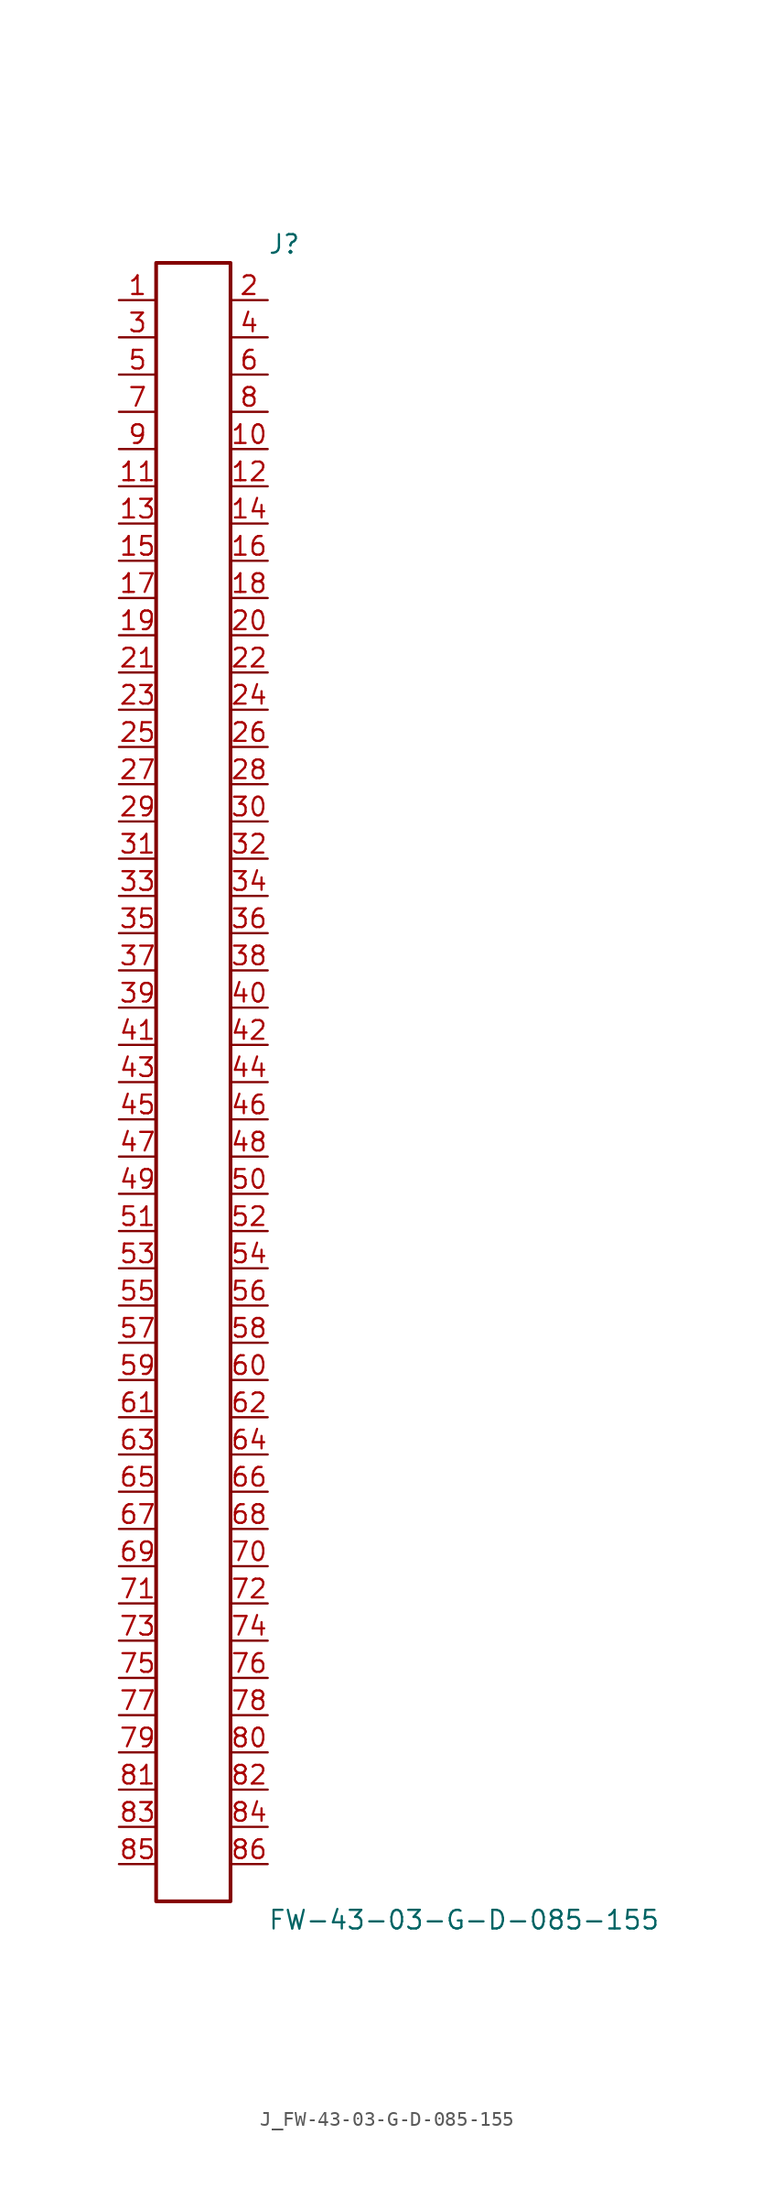
<source format=kicad_sym>
(kicad_symbol_lib
  (version 20231120)
  (generator kicad_symbol_editor)
  (generator_version 8.0)
  (symbol "J_FW-43-03-G-D-085-155"
    (pin_names
      (offset 0.254))
    (property "Reference" "J"
      (at 5.08 57.15 0)
      (effects (font (size 1.27 1.27)) (justify left)))
    (property "Value" "FW-43-03-G-D-085-155"
      (at 5.08 -57.15 0)
      (effects (font (size 1.27 1.27)) (justify left)))
    (symbol "J_FW-43-03-G-D-085-155_0_0"
      (pin unspecified line (at -5.08 53.34 0) (length 2.54) (name "" (effects (font (size 1.27 1.27)))) (number "1" (effects (font (size 1.27 1.27)))))
      (pin unspecified line (at 5.08 53.34 180) (length 2.54) (name "" (effects (font (size 1.27 1.27)))) (number "2" (effects (font (size 1.27 1.27)))))
      (pin unspecified line (at -5.08 50.8 0) (length 2.54) (name "" (effects (font (size 1.27 1.27)))) (number "3" (effects (font (size 1.27 1.27)))))
      (pin unspecified line (at 5.08 50.8 180) (length 2.54) (name "" (effects (font (size 1.27 1.27)))) (number "4" (effects (font (size 1.27 1.27)))))
      (pin unspecified line (at -5.08 48.26 0) (length 2.54) (name "" (effects (font (size 1.27 1.27)))) (number "5" (effects (font (size 1.27 1.27)))))
      (pin unspecified line (at 5.08 48.26 180) (length 2.54) (name "" (effects (font (size 1.27 1.27)))) (number "6" (effects (font (size 1.27 1.27)))))
      (pin unspecified line (at -5.08 45.72 0) (length 2.54) (name "" (effects (font (size 1.27 1.27)))) (number "7" (effects (font (size 1.27 1.27)))))
      (pin unspecified line (at 5.08 45.72 180) (length 2.54) (name "" (effects (font (size 1.27 1.27)))) (number "8" (effects (font (size 1.27 1.27)))))
      (pin unspecified line (at -5.08 43.18 0) (length 2.54) (name "" (effects (font (size 1.27 1.27)))) (number "9" (effects (font (size 1.27 1.27)))))
      (pin unspecified line (at 5.08 43.18 180) (length 2.54) (name "" (effects (font (size 1.27 1.27)))) (number "10" (effects (font (size 1.27 1.27)))))
      (pin unspecified line (at -5.08 40.64 0) (length 2.54) (name "" (effects (font (size 1.27 1.27)))) (number "11" (effects (font (size 1.27 1.27)))))
      (pin unspecified line (at 5.08 40.64 180) (length 2.54) (name "" (effects (font (size 1.27 1.27)))) (number "12" (effects (font (size 1.27 1.27)))))
      (pin unspecified line (at -5.08 38.1 0) (length 2.54) (name "" (effects (font (size 1.27 1.27)))) (number "13" (effects (font (size 1.27 1.27)))))
      (pin unspecified line (at 5.08 38.1 180) (length 2.54) (name "" (effects (font (size 1.27 1.27)))) (number "14" (effects (font (size 1.27 1.27)))))
      (pin unspecified line (at -5.08 35.56 0) (length 2.54) (name "" (effects (font (size 1.27 1.27)))) (number "15" (effects (font (size 1.27 1.27)))))
      (pin unspecified line (at 5.08 35.56 180) (length 2.54) (name "" (effects (font (size 1.27 1.27)))) (number "16" (effects (font (size 1.27 1.27)))))
      (pin unspecified line (at -5.08 33.02 0) (length 2.54) (name "" (effects (font (size 1.27 1.27)))) (number "17" (effects (font (size 1.27 1.27)))))
      (pin unspecified line (at 5.08 33.02 180) (length 2.54) (name "" (effects (font (size 1.27 1.27)))) (number "18" (effects (font (size 1.27 1.27)))))
      (pin unspecified line (at -5.08 30.48 0) (length 2.54) (name "" (effects (font (size 1.27 1.27)))) (number "19" (effects (font (size 1.27 1.27)))))
      (pin unspecified line (at 5.08 30.48 180) (length 2.54) (name "" (effects (font (size 1.27 1.27)))) (number "20" (effects (font (size 1.27 1.27)))))
      (pin unspecified line (at -5.08 27.94 0) (length 2.54) (name "" (effects (font (size 1.27 1.27)))) (number "21" (effects (font (size 1.27 1.27)))))
      (pin unspecified line (at 5.08 27.94 180) (length 2.54) (name "" (effects (font (size 1.27 1.27)))) (number "22" (effects (font (size 1.27 1.27)))))
      (pin unspecified line (at -5.08 25.4 0) (length 2.54) (name "" (effects (font (size 1.27 1.27)))) (number "23" (effects (font (size 1.27 1.27)))))
      (pin unspecified line (at 5.08 25.4 180) (length 2.54) (name "" (effects (font (size 1.27 1.27)))) (number "24" (effects (font (size 1.27 1.27)))))
      (pin unspecified line (at -5.08 22.86 0) (length 2.54) (name "" (effects (font (size 1.27 1.27)))) (number "25" (effects (font (size 1.27 1.27)))))
      (pin unspecified line (at 5.08 22.86 180) (length 2.54) (name "" (effects (font (size 1.27 1.27)))) (number "26" (effects (font (size 1.27 1.27)))))
      (pin unspecified line (at -5.08 20.32 0) (length 2.54) (name "" (effects (font (size 1.27 1.27)))) (number "27" (effects (font (size 1.27 1.27)))))
      (pin unspecified line (at 5.08 20.32 180) (length 2.54) (name "" (effects (font (size 1.27 1.27)))) (number "28" (effects (font (size 1.27 1.27)))))
      (pin unspecified line (at -5.08 17.78 0) (length 2.54) (name "" (effects (font (size 1.27 1.27)))) (number "29" (effects (font (size 1.27 1.27)))))
      (pin unspecified line (at 5.08 17.78 180) (length 2.54) (name "" (effects (font (size 1.27 1.27)))) (number "30" (effects (font (size 1.27 1.27)))))
      (pin unspecified line (at -5.08 15.24 0) (length 2.54) (name "" (effects (font (size 1.27 1.27)))) (number "31" (effects (font (size 1.27 1.27)))))
      (pin unspecified line (at 5.08 15.24 180) (length 2.54) (name "" (effects (font (size 1.27 1.27)))) (number "32" (effects (font (size 1.27 1.27)))))
      (pin unspecified line (at -5.08 12.7 0) (length 2.54) (name "" (effects (font (size 1.27 1.27)))) (number "33" (effects (font (size 1.27 1.27)))))
      (pin unspecified line (at 5.08 12.7 180) (length 2.54) (name "" (effects (font (size 1.27 1.27)))) (number "34" (effects (font (size 1.27 1.27)))))
      (pin unspecified line (at -5.08 10.16 0) (length 2.54) (name "" (effects (font (size 1.27 1.27)))) (number "35" (effects (font (size 1.27 1.27)))))
      (pin unspecified line (at 5.08 10.16 180) (length 2.54) (name "" (effects (font (size 1.27 1.27)))) (number "36" (effects (font (size 1.27 1.27)))))
      (pin unspecified line (at -5.08 7.62 0) (length 2.54) (name "" (effects (font (size 1.27 1.27)))) (number "37" (effects (font (size 1.27 1.27)))))
      (pin unspecified line (at 5.08 7.62 180) (length 2.54) (name "" (effects (font (size 1.27 1.27)))) (number "38" (effects (font (size 1.27 1.27)))))
      (pin unspecified line (at -5.08 5.08 0) (length 2.54) (name "" (effects (font (size 1.27 1.27)))) (number "39" (effects (font (size 1.27 1.27)))))
      (pin unspecified line (at 5.08 5.08 180) (length 2.54) (name "" (effects (font (size 1.27 1.27)))) (number "40" (effects (font (size 1.27 1.27)))))
      (pin unspecified line (at -5.08 2.54 0) (length 2.54) (name "" (effects (font (size 1.27 1.27)))) (number "41" (effects (font (size 1.27 1.27)))))
      (pin unspecified line (at 5.08 2.54 180) (length 2.54) (name "" (effects (font (size 1.27 1.27)))) (number "42" (effects (font (size 1.27 1.27)))))
      (pin unspecified line (at -5.08 0.0 0) (length 2.54) (name "" (effects (font (size 1.27 1.27)))) (number "43" (effects (font (size 1.27 1.27)))))
      (pin unspecified line (at 5.08 0.0 180) (length 2.54) (name "" (effects (font (size 1.27 1.27)))) (number "44" (effects (font (size 1.27 1.27)))))
      (pin unspecified line (at -5.08 -2.54 0) (length 2.54) (name "" (effects (font (size 1.27 1.27)))) (number "45" (effects (font (size 1.27 1.27)))))
      (pin unspecified line (at 5.08 -2.54 180) (length 2.54) (name "" (effects (font (size 1.27 1.27)))) (number "46" (effects (font (size 1.27 1.27)))))
      (pin unspecified line (at -5.08 -5.08 0) (length 2.54) (name "" (effects (font (size 1.27 1.27)))) (number "47" (effects (font (size 1.27 1.27)))))
      (pin unspecified line (at 5.08 -5.08 180) (length 2.54) (name "" (effects (font (size 1.27 1.27)))) (number "48" (effects (font (size 1.27 1.27)))))
      (pin unspecified line (at -5.08 -7.62 0) (length 2.54) (name "" (effects (font (size 1.27 1.27)))) (number "49" (effects (font (size 1.27 1.27)))))
      (pin unspecified line (at 5.08 -7.62 180) (length 2.54) (name "" (effects (font (size 1.27 1.27)))) (number "50" (effects (font (size 1.27 1.27)))))
      (pin unspecified line (at -5.08 -10.16 0) (length 2.54) (name "" (effects (font (size 1.27 1.27)))) (number "51" (effects (font (size 1.27 1.27)))))
      (pin unspecified line (at 5.08 -10.16 180) (length 2.54) (name "" (effects (font (size 1.27 1.27)))) (number "52" (effects (font (size 1.27 1.27)))))
      (pin unspecified line (at -5.08 -12.7 0) (length 2.54) (name "" (effects (font (size 1.27 1.27)))) (number "53" (effects (font (size 1.27 1.27)))))
      (pin unspecified line (at 5.08 -12.7 180) (length 2.54) (name "" (effects (font (size 1.27 1.27)))) (number "54" (effects (font (size 1.27 1.27)))))
      (pin unspecified line (at -5.08 -15.24 0) (length 2.54) (name "" (effects (font (size 1.27 1.27)))) (number "55" (effects (font (size 1.27 1.27)))))
      (pin unspecified line (at 5.08 -15.24 180) (length 2.54) (name "" (effects (font (size 1.27 1.27)))) (number "56" (effects (font (size 1.27 1.27)))))
      (pin unspecified line (at -5.08 -17.78 0) (length 2.54) (name "" (effects (font (size 1.27 1.27)))) (number "57" (effects (font (size 1.27 1.27)))))
      (pin unspecified line (at 5.08 -17.78 180) (length 2.54) (name "" (effects (font (size 1.27 1.27)))) (number "58" (effects (font (size 1.27 1.27)))))
      (pin unspecified line (at -5.08 -20.32 0) (length 2.54) (name "" (effects (font (size 1.27 1.27)))) (number "59" (effects (font (size 1.27 1.27)))))
      (pin unspecified line (at 5.08 -20.32 180) (length 2.54) (name "" (effects (font (size 1.27 1.27)))) (number "60" (effects (font (size 1.27 1.27)))))
      (pin unspecified line (at -5.08 -22.86 0) (length 2.54) (name "" (effects (font (size 1.27 1.27)))) (number "61" (effects (font (size 1.27 1.27)))))
      (pin unspecified line (at 5.08 -22.86 180) (length 2.54) (name "" (effects (font (size 1.27 1.27)))) (number "62" (effects (font (size 1.27 1.27)))))
      (pin unspecified line (at -5.08 -25.4 0) (length 2.54) (name "" (effects (font (size 1.27 1.27)))) (number "63" (effects (font (size 1.27 1.27)))))
      (pin unspecified line (at 5.08 -25.4 180) (length 2.54) (name "" (effects (font (size 1.27 1.27)))) (number "64" (effects (font (size 1.27 1.27)))))
      (pin unspecified line (at -5.08 -27.94 0) (length 2.54) (name "" (effects (font (size 1.27 1.27)))) (number "65" (effects (font (size 1.27 1.27)))))
      (pin unspecified line (at 5.08 -27.94 180) (length 2.54) (name "" (effects (font (size 1.27 1.27)))) (number "66" (effects (font (size 1.27 1.27)))))
      (pin unspecified line (at -5.08 -30.48 0) (length 2.54) (name "" (effects (font (size 1.27 1.27)))) (number "67" (effects (font (size 1.27 1.27)))))
      (pin unspecified line (at 5.08 -30.48 180) (length 2.54) (name "" (effects (font (size 1.27 1.27)))) (number "68" (effects (font (size 1.27 1.27)))))
      (pin unspecified line (at -5.08 -33.02 0) (length 2.54) (name "" (effects (font (size 1.27 1.27)))) (number "69" (effects (font (size 1.27 1.27)))))
      (pin unspecified line (at 5.08 -33.02 180) (length 2.54) (name "" (effects (font (size 1.27 1.27)))) (number "70" (effects (font (size 1.27 1.27)))))
      (pin unspecified line (at -5.08 -35.56 0) (length 2.54) (name "" (effects (font (size 1.27 1.27)))) (number "71" (effects (font (size 1.27 1.27)))))
      (pin unspecified line (at 5.08 -35.56 180) (length 2.54) (name "" (effects (font (size 1.27 1.27)))) (number "72" (effects (font (size 1.27 1.27)))))
      (pin unspecified line (at -5.08 -38.1 0) (length 2.54) (name "" (effects (font (size 1.27 1.27)))) (number "73" (effects (font (size 1.27 1.27)))))
      (pin unspecified line (at 5.08 -38.1 180) (length 2.54) (name "" (effects (font (size 1.27 1.27)))) (number "74" (effects (font (size 1.27 1.27)))))
      (pin unspecified line (at -5.08 -40.64 0) (length 2.54) (name "" (effects (font (size 1.27 1.27)))) (number "75" (effects (font (size 1.27 1.27)))))
      (pin unspecified line (at 5.08 -40.64 180) (length 2.54) (name "" (effects (font (size 1.27 1.27)))) (number "76" (effects (font (size 1.27 1.27)))))
      (pin unspecified line (at -5.08 -43.18 0) (length 2.54) (name "" (effects (font (size 1.27 1.27)))) (number "77" (effects (font (size 1.27 1.27)))))
      (pin unspecified line (at 5.08 -43.18 180) (length 2.54) (name "" (effects (font (size 1.27 1.27)))) (number "78" (effects (font (size 1.27 1.27)))))
      (pin unspecified line (at -5.08 -45.72 0) (length 2.54) (name "" (effects (font (size 1.27 1.27)))) (number "79" (effects (font (size 1.27 1.27)))))
      (pin unspecified line (at 5.08 -45.72 180) (length 2.54) (name "" (effects (font (size 1.27 1.27)))) (number "80" (effects (font (size 1.27 1.27)))))
      (pin unspecified line (at -5.08 -48.26 0) (length 2.54) (name "" (effects (font (size 1.27 1.27)))) (number "81" (effects (font (size 1.27 1.27)))))
      (pin unspecified line (at 5.08 -48.26 180) (length 2.54) (name "" (effects (font (size 1.27 1.27)))) (number "82" (effects (font (size 1.27 1.27)))))
      (pin unspecified line (at -5.08 -50.8 0) (length 2.54) (name "" (effects (font (size 1.27 1.27)))) (number "83" (effects (font (size 1.27 1.27)))))
      (pin unspecified line (at 5.08 -50.8 180) (length 2.54) (name "" (effects (font (size 1.27 1.27)))) (number "84" (effects (font (size 1.27 1.27)))))
      (pin unspecified line (at -5.08 -53.34 0) (length 2.54) (name "" (effects (font (size 1.27 1.27)))) (number "85" (effects (font (size 1.27 1.27)))))
      (pin unspecified line (at 5.08 -53.34 180) (length 2.54) (name "" (effects (font (size 1.27 1.27)))) (number "86" (effects (font (size 1.27 1.27))))))
    (symbol "J_FW-43-03-G-D-085-155_1_0"
      (rectangle (start -2.54 55.88) (end 2.54 -55.88) (stroke (width 0.254) (type solid)) (fill (type none))))))
</source>
